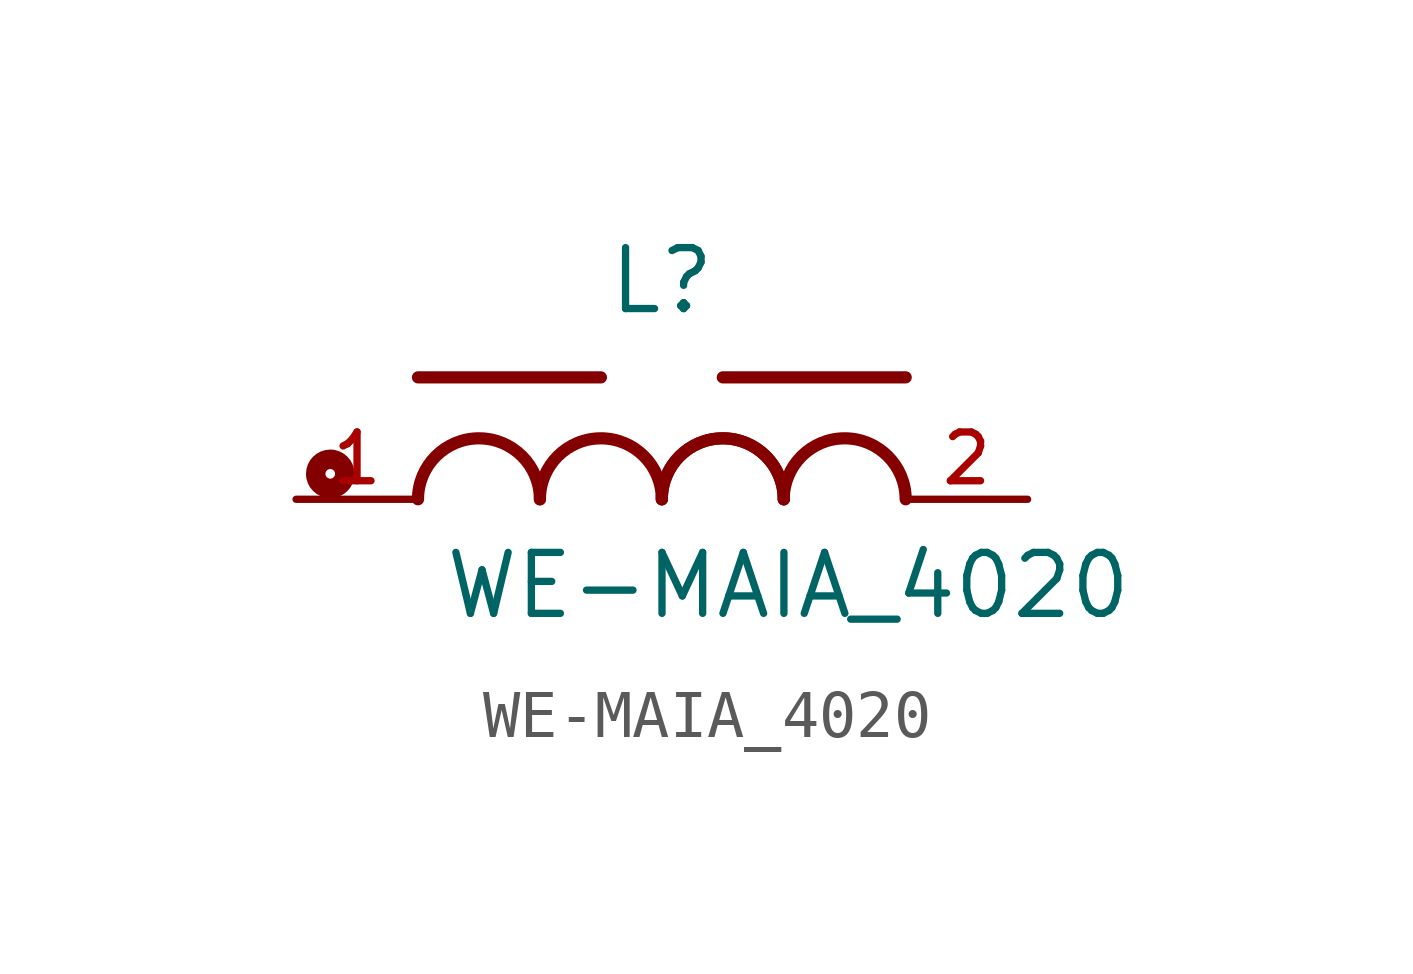
<source format=kicad_sym>
(kicad_symbol_lib
  (version 20211014)
  (generator kicad_symbol_editor)
  (symbol "WE-MAIA_4020"
    (pin_names
      (offset 1.016))
    (property "Reference" "L"
      (at 0.0 3.81 0)
      (effects (font (size 1.27 1.27)) (justify bottom)))
    (property "Value" "WE-MAIA_4020"
      (at -4.572 -2.54 0)
      (effects (font (size 1.27 1.27)) (justify bottom left)))
    (symbol "WE-MAIA_4020_0_0"
      (arc (start -2.54 0.0) (mid -3.81 1.27) (end -5.08 0.0) (stroke (width 0.254) (type default) (color 0 0 0 0)) (fill (type none)))
      (arc (start 0.0 0.0) (mid -1.27 1.27) (end -2.54 0.0) (stroke (width 0.254) (type default) (color 0 0 0 0)) (fill (type none)))
      (arc (start 2.54 0.0) (mid 1.27 1.27) (end 0.0 0.0) (stroke (width 0.254) (type default) (color 0 0 0 0)) (fill (type none)))
      (arc (start 2.54 0.0) (mid 1.27 1.27) (end 0.0 0.0) (stroke (width 0.254) (type default) (color 0 0 0 0)) (fill (type none)))
      (arc (start 5.08 0.0) (mid 3.81 1.27) (end 2.54 0.0) (stroke (width 0.254) (type default) (color 0 0 0 0)) (fill (type none)))
      (polyline (pts (xy -5.08 2.54) (xy -1.27 2.54)) (stroke (width 0.254)))
      (polyline (pts (xy 1.27 2.54) (xy 5.08 2.54)) (stroke (width 0.254)))
      (circle (center -6.908 0.53) (radius 0.1) (stroke (width 0.406)) (fill (type none)))
      (pin passive line (at -7.62 0.0 0) (length 2.54) (name "~" (effects (font (size 1.016 1.016)))) (number "1" (effects (font (size 1.016 1.016)))))
      (pin passive line (at 7.62 0.0 180.0) (length 2.54) (name "~" (effects (font (size 1.016 1.016)))) (number "2" (effects (font (size 1.016 1.016))))))))
</source>
